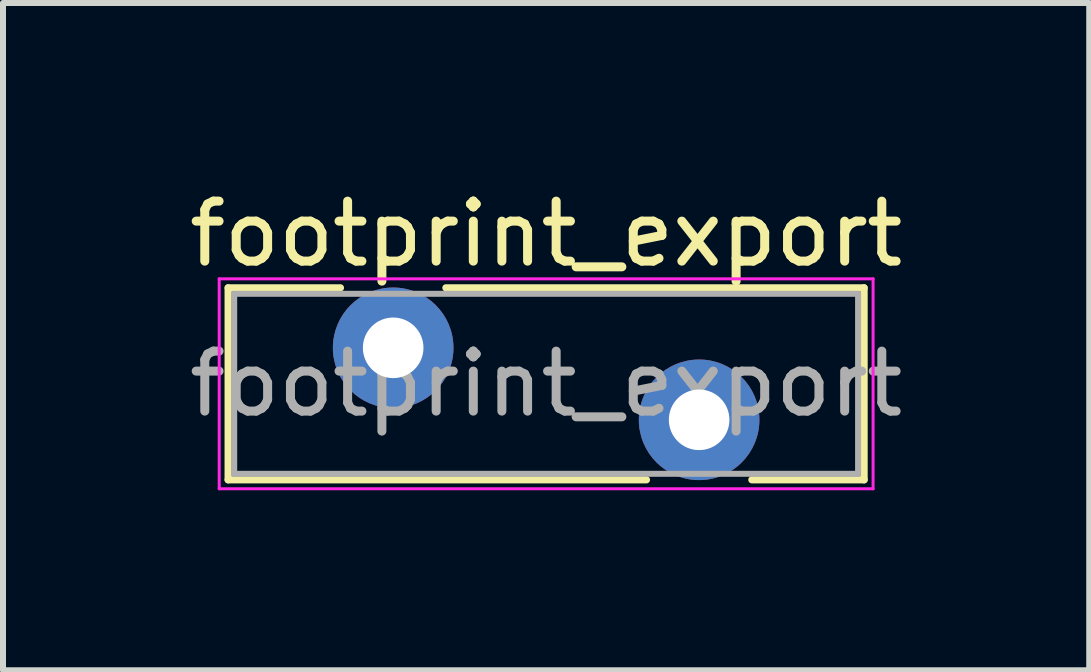
<source format=kicad_pcb>
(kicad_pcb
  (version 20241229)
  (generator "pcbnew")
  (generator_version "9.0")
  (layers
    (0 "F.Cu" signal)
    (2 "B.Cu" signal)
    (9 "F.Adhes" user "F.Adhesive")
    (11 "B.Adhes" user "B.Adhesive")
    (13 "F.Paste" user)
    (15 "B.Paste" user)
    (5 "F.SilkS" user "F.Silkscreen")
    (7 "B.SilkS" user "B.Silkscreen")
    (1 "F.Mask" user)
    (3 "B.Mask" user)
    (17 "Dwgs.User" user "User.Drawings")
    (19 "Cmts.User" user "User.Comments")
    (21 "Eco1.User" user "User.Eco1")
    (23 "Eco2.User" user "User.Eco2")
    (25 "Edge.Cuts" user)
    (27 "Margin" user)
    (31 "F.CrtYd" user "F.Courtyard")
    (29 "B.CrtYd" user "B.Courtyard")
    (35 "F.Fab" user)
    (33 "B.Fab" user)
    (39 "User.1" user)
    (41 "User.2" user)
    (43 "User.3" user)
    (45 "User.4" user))
  (footprint "footprint_export"
    (layer "F.Cu")
    (at 3.504 2.748)
    (property "Reference" "footprint_export" (at 2.55 -1.9 0) (layer "F.SilkS") (effects (font (size 1 1) (thickness 0.15))))
    (attr through_hole)
    (fp_line (start -2.751 -1) (end -2.751 2.2) (stroke (width 0.12) (type solid)) (layer "F.SilkS"))
    (fp_line (start -2.751 -1) (end -0.879 -1) (stroke (width 0.12) (type solid)) (layer "F.SilkS"))
    (fp_line (start -2.751 2.2) (end 4.222 2.2) (stroke (width 0.12) (type solid)) (layer "F.SilkS"))
    (fp_line (start 0.879 -1) (end 7.85 -1) (stroke (width 0.12) (type solid)) (layer "F.SilkS"))
    (fp_line (start 5.979 2.2) (end 7.85 2.2) (stroke (width 0.12) (type solid)) (layer "F.SilkS"))
    (fp_line (start 7.85 -1) (end 7.85 2.2) (stroke (width 0.12) (type solid)) (layer "F.SilkS"))
    (fp_line (start -2.9 -1.15) (end -2.9 2.35) (stroke (width 0.05) (type solid)) (layer "F.CrtYd"))
    (fp_line (start -2.9 2.35) (end 8 2.35) (stroke (width 0.05) (type solid)) (layer "F.CrtYd"))
    (fp_line (start 8 -1.15) (end -2.9 -1.15) (stroke (width 0.05) (type solid)) (layer "F.CrtYd"))
    (fp_line (start 8 2.35) (end 8 -1.15) (stroke (width 0.05) (type solid)) (layer "F.CrtYd"))
    (fp_line (start -2.65 -0.9) (end -2.65 2.1) (stroke (width 0.1) (type solid)) (layer "F.Fab"))
    (fp_line (start -2.65 2.1) (end 7.75 2.1) (stroke (width 0.1) (type solid)) (layer "F.Fab"))
    (fp_line (start 7.75 -0.9) (end -2.65 -0.9) (stroke (width 0.1) (type solid)) (layer "F.Fab"))
    (fp_line (start 7.75 2.1) (end 7.75 -0.9) (stroke (width 0.1) (type solid)) (layer "F.Fab"))
    (fp_text user "${REFERENCE}" (at 2.55 0.6 0) (layer "F.Fab") (effects (font (size 1 1) (thickness 0.15))))
    (pad "1" thru_hole circle (at 0 0) (size 2.01 2.01) (drill 1.01) (layers "*.Cu" "*.Mask"))
    (pad "2" thru_hole circle (at 5.1 1.2) (size 2.01 2.01) (drill 1.01) (layers "*.Cu" "*.Mask")))
  (gr_rect
    (start -3 -3)
    (end 15.107 8.123)
    (stroke (width 0.1) (type default))
    (fill no)
    (layer "Edge.Cuts")))
</source>
